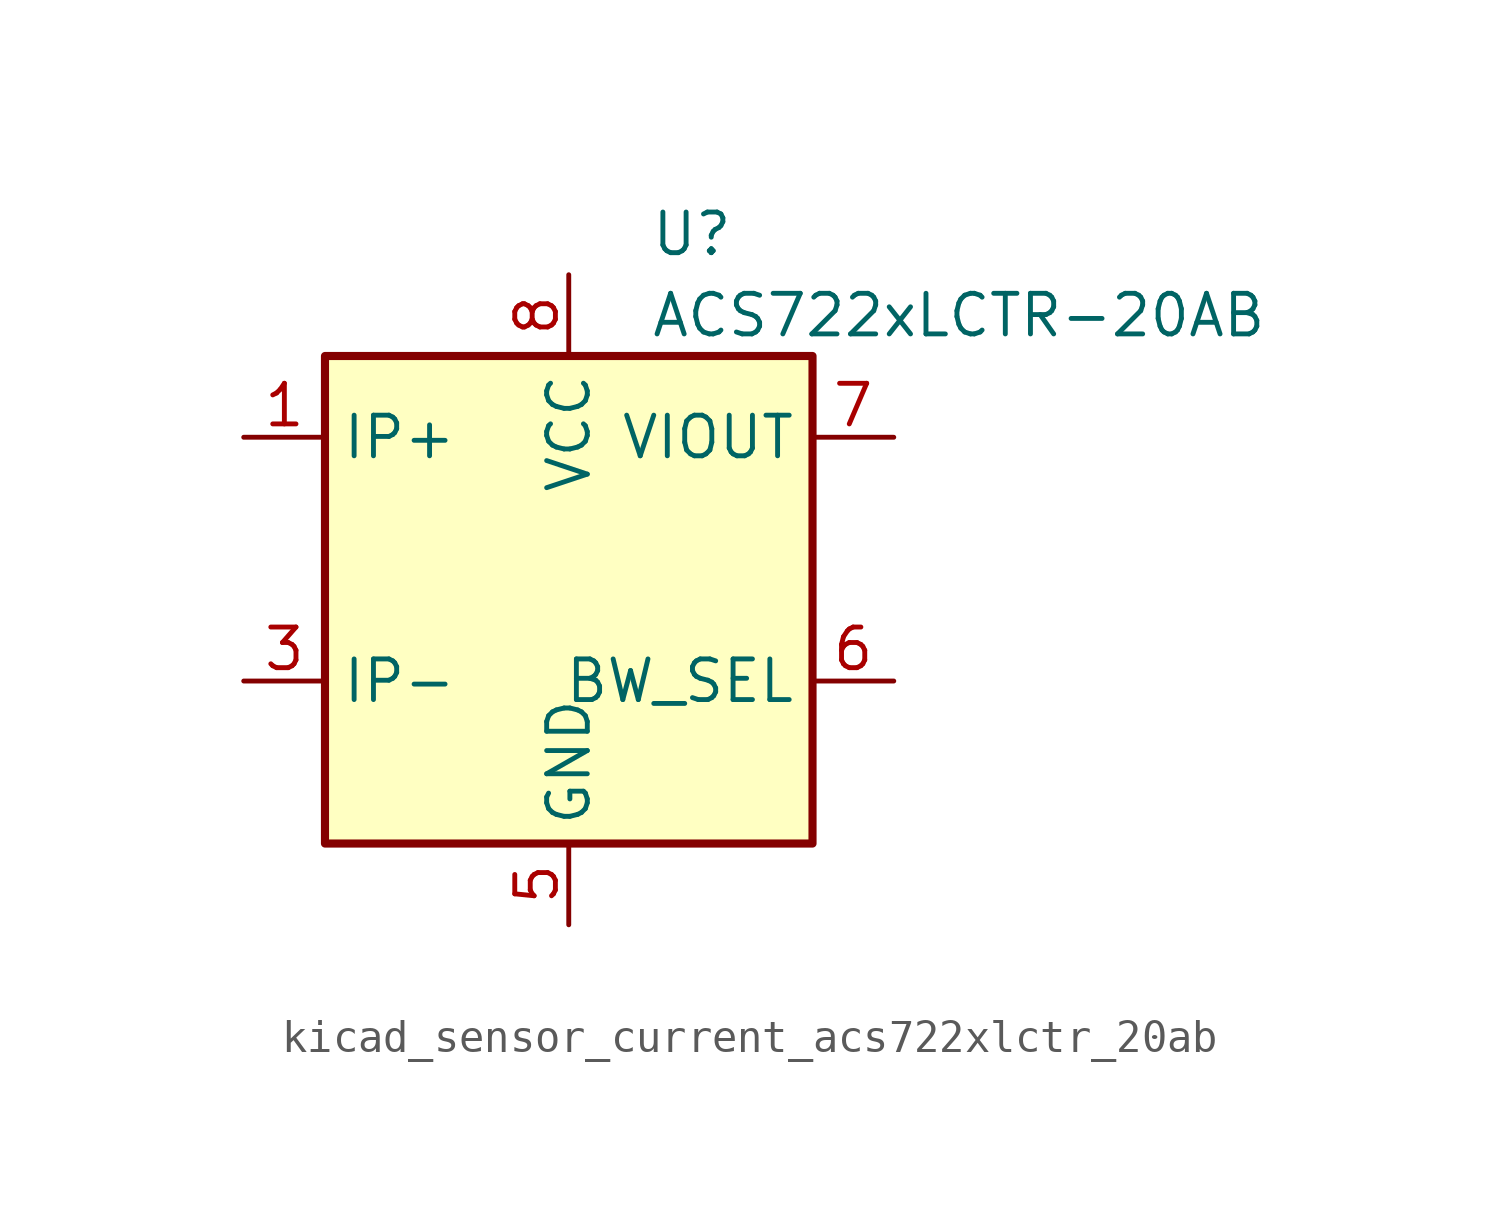
<source format=kicad_sym>
(kicad_symbol_lib
  (version 20220914)
  (generator kicad_symbol_editor)
  (symbol "kicad_sensor_current_acs722xlctr_20ab"
    (property "Reference" "U"
      (at 2.54 11.43 0)
      (effects (font (size 1.27 1.27)) (justify left)))
    (property "Value" "ACS722xLCTR-20AB"
      (at 2.54 8.89 0)
      (effects (font (size 1.27 1.27)) (justify left)))
    (symbol "kicad_sensor_current_acs722xlctr_20ab_0_1"
      (rectangle (start -7.62 7.62) (end 7.62 -7.62) (stroke (width 0.254) (type default)) (fill (type background))))
    (symbol "kicad_sensor_current_acs722xlctr_20ab_1_1"
      (pin passive line (at -10.16 5.08 0) (length 2.54) (name "IP+" (effects (font (size 1.27 1.27)))) (number "1" (effects (font (size 1.27 1.27)))))
      (pin passive line (at -10.16 5.08 0) (length 2.54) hide (name "IP+" (effects (font (size 1.27 1.27)))) (number "2" (effects (font (size 1.27 1.27)))))
      (pin passive line (at -10.16 -2.54 0) (length 2.54) (name "IP-" (effects (font (size 1.27 1.27)))) (number "3" (effects (font (size 1.27 1.27)))))
      (pin passive line (at -10.16 -2.54 0) (length 2.54) hide (name "IP-" (effects (font (size 1.27 1.27)))) (number "4" (effects (font (size 1.27 1.27)))))
      (pin power_in line (at 0 -10.16 90) (length 2.54) (name "GND" (effects (font (size 1.27 1.27)))) (number "5" (effects (font (size 1.27 1.27)))))
      (pin input line (at 10.16 -2.54 180) (length 2.54) (name "BW_SEL" (effects (font (size 1.27 1.27)))) (number "6" (effects (font (size 1.27 1.27)))))
      (pin output line (at 10.16 5.08 180) (length 2.54) (name "VIOUT" (effects (font (size 1.27 1.27)))) (number "7" (effects (font (size 1.27 1.27)))))
      (pin power_in line (at 0 10.16 270) (length 2.54) (name "VCC" (effects (font (size 1.27 1.27)))) (number "8" (effects (font (size 1.27 1.27))))))))
</source>
